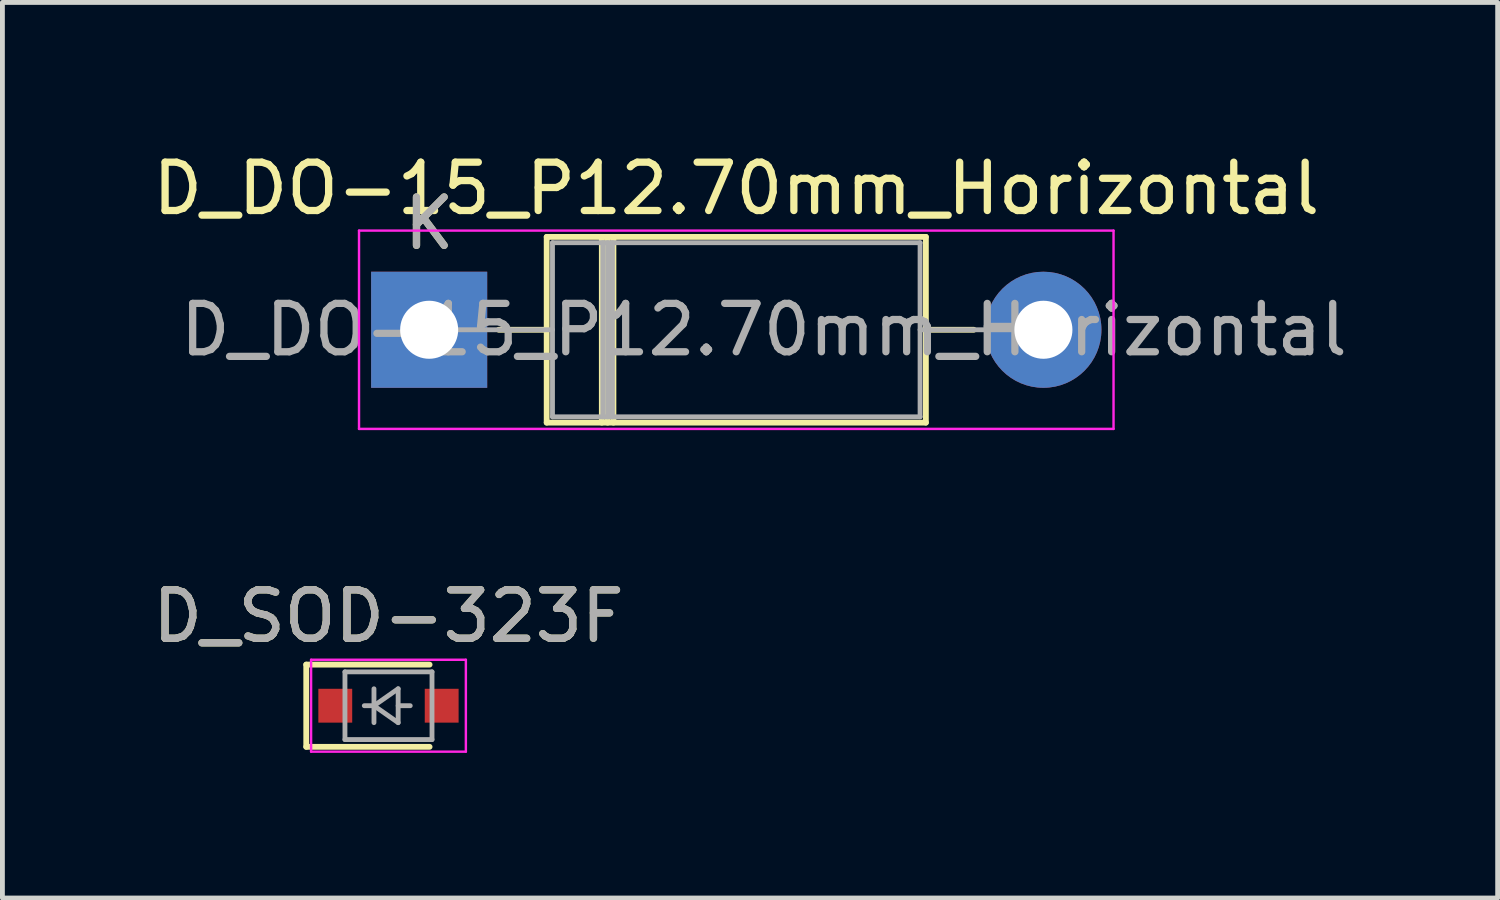
<source format=kicad_pcb>
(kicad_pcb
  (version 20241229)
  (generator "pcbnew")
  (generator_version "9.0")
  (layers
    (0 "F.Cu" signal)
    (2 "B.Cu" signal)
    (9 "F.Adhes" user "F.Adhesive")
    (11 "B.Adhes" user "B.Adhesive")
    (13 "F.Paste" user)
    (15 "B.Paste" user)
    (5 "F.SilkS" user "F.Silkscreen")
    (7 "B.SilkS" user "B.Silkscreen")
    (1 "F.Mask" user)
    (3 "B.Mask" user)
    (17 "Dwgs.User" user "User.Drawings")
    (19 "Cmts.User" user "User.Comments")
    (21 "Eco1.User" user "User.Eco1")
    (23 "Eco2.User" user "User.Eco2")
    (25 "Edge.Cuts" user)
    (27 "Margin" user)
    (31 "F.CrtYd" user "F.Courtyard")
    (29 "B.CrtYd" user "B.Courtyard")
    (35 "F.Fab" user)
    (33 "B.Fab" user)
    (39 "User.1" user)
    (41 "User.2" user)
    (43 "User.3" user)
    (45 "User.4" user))
  (footprint "D_DO-15_P12.70mm_Horizontal"
    (layer "F.Cu")
    (at 5.823 3.768)
    (property "Reference" "D_DO-15_P12.70mm_Horizontal" (at 6.35 -2.92 0) (layer "F.SilkS") (effects (font (size 1 1) (thickness 0.15))))
    (attr through_hole)
    (fp_line (start 1.44 0) (end 2.43 0) (stroke (width 0.12) (type solid)) (layer "F.SilkS"))
    (fp_line (start 2.43 -1.92) (end 2.43 1.92) (stroke (width 0.12) (type solid)) (layer "F.SilkS"))
    (fp_line (start 2.43 1.92) (end 10.27 1.92) (stroke (width 0.12) (type solid)) (layer "F.SilkS"))
    (fp_line (start 3.57 -1.92) (end 3.57 1.92) (stroke (width 0.12) (type solid)) (layer "F.SilkS"))
    (fp_line (start 3.69 -1.92) (end 3.69 1.92) (stroke (width 0.12) (type solid)) (layer "F.SilkS"))
    (fp_line (start 3.81 -1.92) (end 3.81 1.92) (stroke (width 0.12) (type solid)) (layer "F.SilkS"))
    (fp_line (start 10.27 -1.92) (end 2.43 -1.92) (stroke (width 0.12) (type solid)) (layer "F.SilkS"))
    (fp_line (start 10.27 1.92) (end 10.27 -1.92) (stroke (width 0.12) (type solid)) (layer "F.SilkS"))
    (fp_line (start 11.26 0) (end 10.27 0) (stroke (width 0.12) (type solid)) (layer "F.SilkS"))
    (fp_line (start -1.45 -2.05) (end -1.45 2.05) (stroke (width 0.05) (type solid)) (layer "F.CrtYd"))
    (fp_line (start -1.45 2.05) (end 14.15 2.05) (stroke (width 0.05) (type solid)) (layer "F.CrtYd"))
    (fp_line (start 14.15 -2.05) (end -1.45 -2.05) (stroke (width 0.05) (type solid)) (layer "F.CrtYd"))
    (fp_line (start 14.15 2.05) (end 14.15 -2.05) (stroke (width 0.05) (type solid)) (layer "F.CrtYd"))
    (fp_line (start 0 0) (end 2.55 0) (stroke (width 0.1) (type solid)) (layer "F.Fab"))
    (fp_line (start 2.55 -1.8) (end 2.55 1.8) (stroke (width 0.1) (type solid)) (layer "F.Fab"))
    (fp_line (start 2.55 1.8) (end 10.15 1.8) (stroke (width 0.1) (type solid)) (layer "F.Fab"))
    (fp_line (start 3.59 -1.8) (end 3.59 1.8) (stroke (width 0.1) (type solid)) (layer "F.Fab"))
    (fp_line (start 3.69 -1.8) (end 3.69 1.8) (stroke (width 0.1) (type solid)) (layer "F.Fab"))
    (fp_line (start 3.79 -1.8) (end 3.79 1.8) (stroke (width 0.1) (type solid)) (layer "F.Fab"))
    (fp_line (start 10.15 -1.8) (end 2.55 -1.8) (stroke (width 0.1) (type solid)) (layer "F.Fab"))
    (fp_line (start 10.15 1.8) (end 10.15 -1.8) (stroke (width 0.1) (type solid)) (layer "F.Fab"))
    (fp_line (start 12.7 0) (end 10.15 0) (stroke (width 0.1) (type solid)) (layer "F.Fab"))
    (fp_text user "K" (at 0 -2.2 0) (layer "F.SilkS") (effects (font (size 1 1) (thickness 0.15))))
    (fp_text user "K" (at 0 -2.2 0) (layer "F.Fab") (effects (font (size 1 1) (thickness 0.15))))
    (fp_text user "${REFERENCE}" (at 6.92 0 0) (layer "F.Fab") (effects (font (size 1 1) (thickness 0.15))))
    (pad "1" thru_hole rect (at 0 0) (size 2.4 2.4) (drill 1.2) (layers "*.Cu" "*.Mask"))
    (pad "2" thru_hole oval (at 12.7 0) (size 2.4 2.4) (drill 1.2) (layers "*.Cu" "*.Mask")))
  (footprint "D_SOD-323F"
    (layer "F.Cu")
    (at 4.982 11.541)
    (property "Reference" "D_SOD-323F" (at 0 -1.85 0) (layer "F.SilkS") (effects (font (size 1 1) (thickness 0.15))))
    (attr smd)
    (fp_line (start -1.7 -0.85) (end -1.7 0.85) (stroke (width 0.12) (type solid)) (layer "F.SilkS"))
    (fp_line (start -1.7 -0.85) (end 0.85 -0.85) (stroke (width 0.12) (type solid)) (layer "F.SilkS"))
    (fp_line (start -1.7 0.85) (end 0.85 0.85) (stroke (width 0.12) (type solid)) (layer "F.SilkS"))
    (fp_line (start -1.6 -0.95) (end -1.6 0.95) (stroke (width 0.05) (type solid)) (layer "F.CrtYd"))
    (fp_line (start -1.6 -0.95) (end 1.6 -0.95) (stroke (width 0.05) (type solid)) (layer "F.CrtYd"))
    (fp_line (start -1.6 0.95) (end 1.6 0.95) (stroke (width 0.05) (type solid)) (layer "F.CrtYd"))
    (fp_line (start 1.6 -0.95) (end 1.6 0.95) (stroke (width 0.05) (type solid)) (layer "F.CrtYd"))
    (fp_line (start -0.9 -0.7) (end 0.9 -0.7) (stroke (width 0.1) (type solid)) (layer "F.Fab"))
    (fp_line (start -0.9 0.7) (end -0.9 -0.7) (stroke (width 0.1) (type solid)) (layer "F.Fab"))
    (fp_line (start -0.3 -0.35) (end -0.3 0.35) (stroke (width 0.1) (type solid)) (layer "F.Fab"))
    (fp_line (start -0.3 0) (end -0.5 0) (stroke (width 0.1) (type solid)) (layer "F.Fab"))
    (fp_line (start -0.3 0) (end 0.2 -0.35) (stroke (width 0.1) (type solid)) (layer "F.Fab"))
    (fp_line (start 0.2 -0.35) (end 0.2 0.35) (stroke (width 0.1) (type solid)) (layer "F.Fab"))
    (fp_line (start 0.2 0) (end 0.45 0) (stroke (width 0.1) (type solid)) (layer "F.Fab"))
    (fp_line (start 0.2 0.35) (end -0.3 0) (stroke (width 0.1) (type solid)) (layer "F.Fab"))
    (fp_line (start 0.9 -0.7) (end 0.9 0.7) (stroke (width 0.1) (type solid)) (layer "F.Fab"))
    (fp_line (start 0.9 0.7) (end -0.9 0.7) (stroke (width 0.1) (type solid)) (layer "F.Fab"))
    (fp_text user "${REFERENCE}" (at 0 -1.85 0) (layer "F.Fab") (effects (font (size 1 1) (thickness 0.15))))
    (pad "1" smd rect (at -1.1 0) (size 0.7 0.7) (layers "F.Cu" "F.Mask" "F.Paste"))
    (pad "2" smd rect (at 1.1 0) (size 0.7 0.7) (layers "F.Cu" "F.Mask" "F.Paste")))
  (gr_rect
    (start -3 -3)
    (end 27.915 15.517)
    (stroke (width 0.1) (type default))
    (fill no)
    (layer "Edge.Cuts")))
</source>
